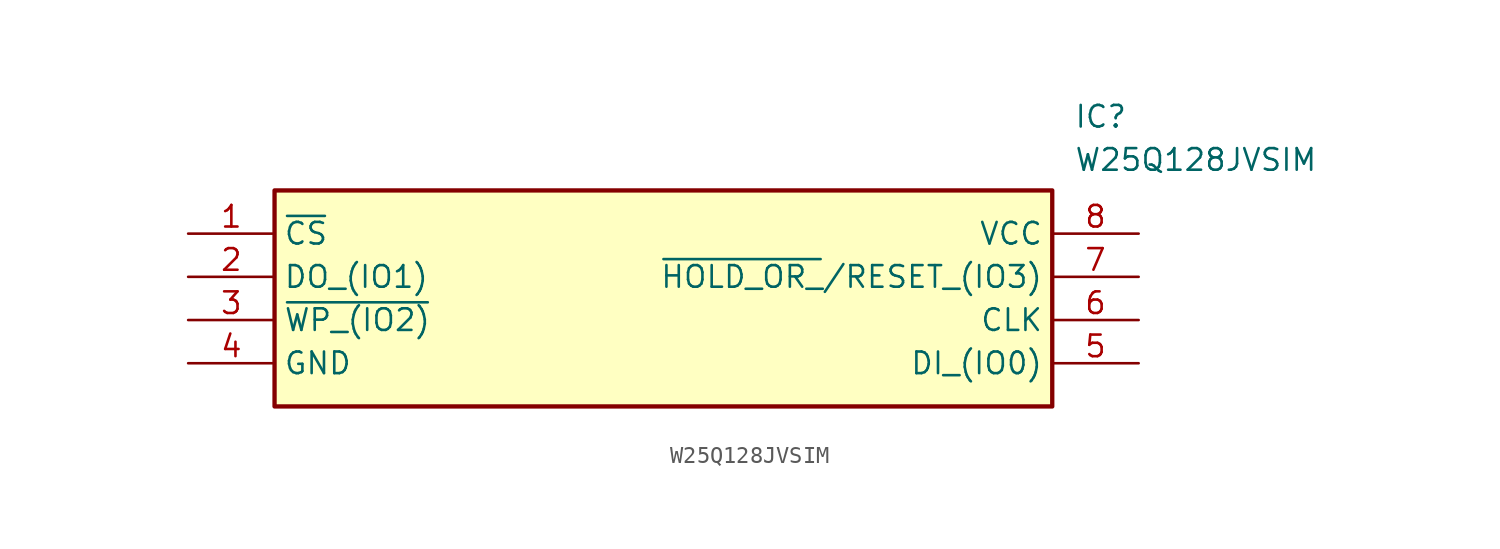
<source format=kicad_sym>
(kicad_symbol_lib
  (version 20211014)
  (generator SamacSys_ECAD_Model)
  (symbol "W25Q128JVSIM"
    (property "Reference" "IC"
      (at 52.07 7.62 0)
      (effects (font (size 1.27 1.27)) (justify left top)))
    (property "Value" "W25Q128JVSIM"
      (at 52.07 5.08 0)
      (effects (font (size 1.27 1.27)) (justify left top)))
    (rectangle
      (start 5.08 2.54)
      (end 50.8 -10.16)
      (stroke (width 0.254) (type default))
      (fill (type background)))
    (pin passive line
      (at 0 0 0)
      (length 5.08)
      (name "~{CS}" (effects (font (size 1.27 1.27))))
      (number "1" (effects (font (size 1.27 1.27)))))
    (pin passive line
      (at 0 -2.54 0)
      (length 5.08)
      (name "DO_(IO1)" (effects (font (size 1.27 1.27))))
      (number "2" (effects (font (size 1.27 1.27)))))
    (pin passive line
      (at 0 -5.08 0)
      (length 5.08)
      (name "~{WP_(IO2)}" (effects (font (size 1.27 1.27))))
      (number "3" (effects (font (size 1.27 1.27)))))
    (pin passive line
      (at 0 -7.62 0)
      (length 5.08)
      (name "GND" (effects (font (size 1.27 1.27))))
      (number "4" (effects (font (size 1.27 1.27)))))
    (pin passive line
      (at 55.88 0 180)
      (length 5.08)
      (name "VCC" (effects (font (size 1.27 1.27))))
      (number "8" (effects (font (size 1.27 1.27)))))
    (pin passive line
      (at 55.88 -2.54 180)
      (length 5.08)
      (name "~{HOLD_OR_}/RESET_(IO3)" (effects (font (size 1.27 1.27))))
      (number "7" (effects (font (size 1.27 1.27)))))
    (pin passive line
      (at 55.88 -5.08 180)
      (length 5.08)
      (name "CLK" (effects (font (size 1.27 1.27))))
      (number "6" (effects (font (size 1.27 1.27)))))
    (pin passive line
      (at 55.88 -7.62 180)
      (length 5.08)
      (name "DI_(IO0)" (effects (font (size 1.27 1.27))))
      (number "5" (effects (font (size 1.27 1.27)))))))
</source>
